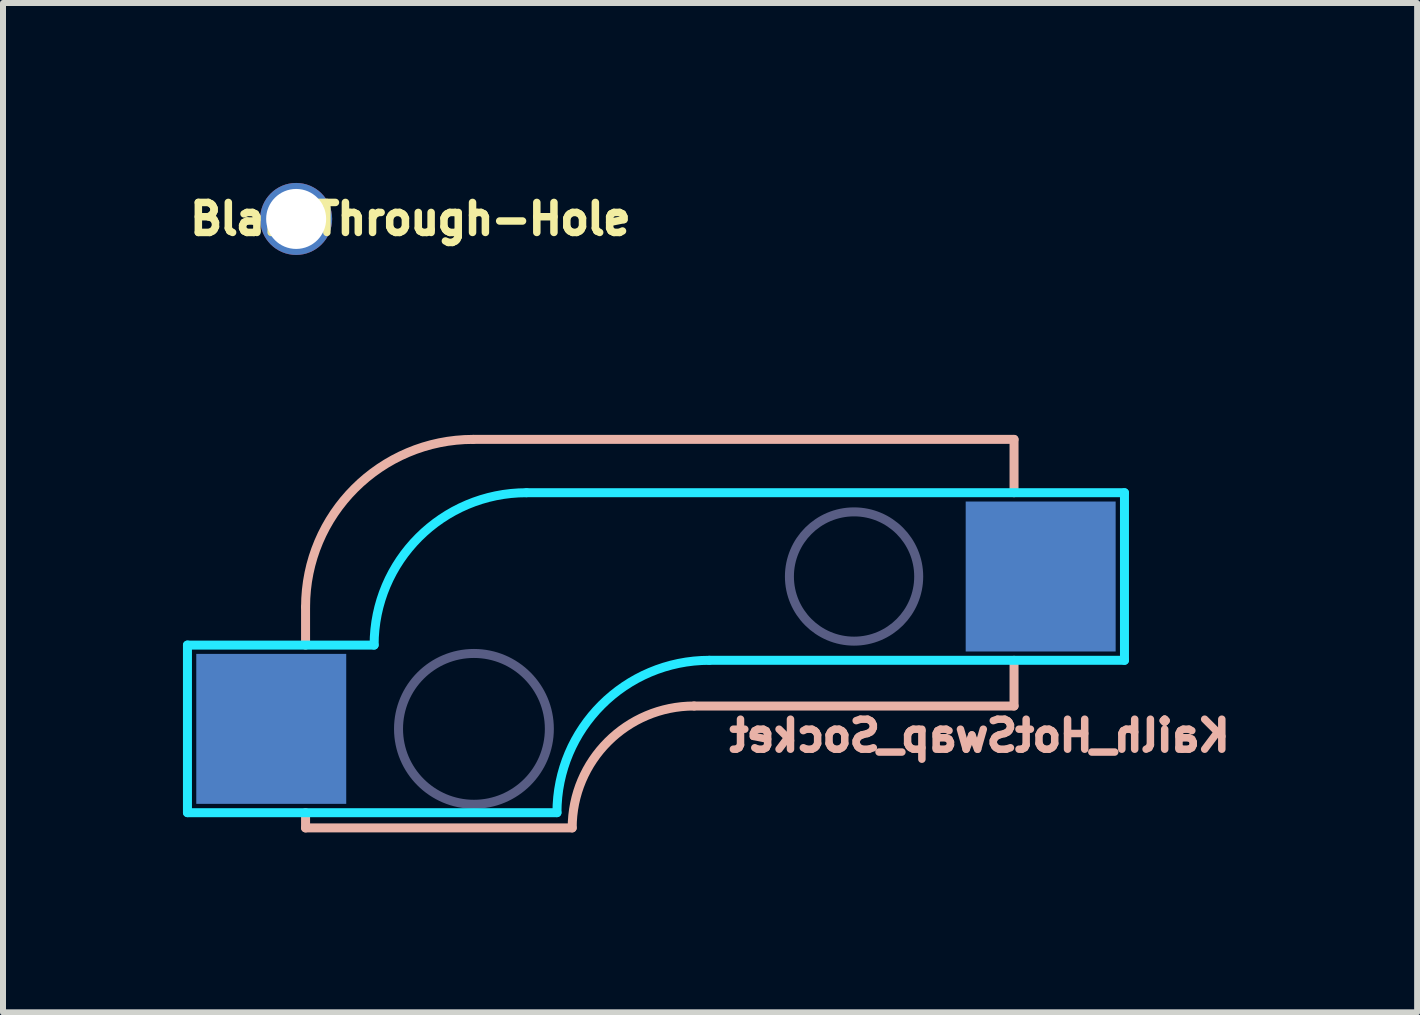
<source format=kicad_pcb>
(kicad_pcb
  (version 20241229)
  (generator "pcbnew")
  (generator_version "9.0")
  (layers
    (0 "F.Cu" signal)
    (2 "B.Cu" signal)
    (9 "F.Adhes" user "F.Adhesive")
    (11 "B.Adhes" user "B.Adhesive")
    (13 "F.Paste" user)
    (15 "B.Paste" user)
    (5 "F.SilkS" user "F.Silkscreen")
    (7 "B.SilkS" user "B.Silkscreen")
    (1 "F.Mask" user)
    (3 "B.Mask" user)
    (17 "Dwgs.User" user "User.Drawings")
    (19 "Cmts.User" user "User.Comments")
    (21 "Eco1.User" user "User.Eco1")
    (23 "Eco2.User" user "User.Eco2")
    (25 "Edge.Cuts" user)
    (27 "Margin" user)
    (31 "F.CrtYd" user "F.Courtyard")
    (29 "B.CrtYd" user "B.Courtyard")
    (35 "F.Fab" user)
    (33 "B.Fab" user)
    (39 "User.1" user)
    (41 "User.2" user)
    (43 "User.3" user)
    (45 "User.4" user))
  (footprint "BlankThrough-Hole"
    (layer "F.Cu")
    (at 1.887 0.6)
    (property "Reference" "BlankThrough-Hole" (at 1.905 0 0) (layer "F.SilkS") (effects (font (size 0.5 0.5) (thickness 0.125))))
    (attr through_hole)
    (pad "1" thru_hole circle (at 0 0) (size 1.2 1.2) (drill 1) (layers "*.Cu" "*.Mask")))
  (footprint "Kailh_HotSwap_Socket"
    (layer "F.Cu")
    (at 11.188 6.561)
    (property "Reference" "Kailh_HotSwap_Socket" (at 2.095 2.654 0) (layer "B.SilkS") (effects (font (size 0.5 0.5) (thickness 0.125)) (justify mirror)))
    (attr through_hole)
    (fp_line (start -9.144 0.508) (end -9.144 1.143) (stroke (width 0.15) (type solid)) (layer "B.SilkS"))
    (fp_line (start -9.144 3.937) (end -9.144 4.191) (stroke (width 0.15) (type solid)) (layer "B.SilkS"))
    (fp_line (start -9.144 4.191) (end -4.699 4.191) (stroke (width 0.15) (type solid)) (layer "B.SilkS"))
    (fp_line (start -2.667 2.159) (end 2.667 2.159) (stroke (width 0.15) (type solid)) (layer "B.SilkS"))
    (fp_line (start 2.667 -2.286) (end -6.35 -2.286) (stroke (width 0.15) (type solid)) (layer "B.SilkS"))
    (fp_line (start 2.667 -1.397) (end 2.667 -2.286) (stroke (width 0.15) (type solid)) (layer "B.SilkS"))
    (fp_line (start 2.667 2.159) (end 2.667 1.397) (stroke (width 0.15) (type solid)) (layer "B.SilkS"))
    (fp_arc (start -9.144 0.508) (mid -8.325656 -1.467656) (end -6.35 -2.286) (stroke (width 0.15) (type solid)) (layer "B.SilkS"))
    (fp_arc (start -4.699 4.191) (mid -4.103841 2.754159) (end -2.667 2.159) (stroke (width 0.15) (type solid)) (layer "B.SilkS"))
    (fp_line (start -11.113 1.143) (end -11.113 3.937) (stroke (width 0.15) (type solid)) (layer "B.CrtYd"))
    (fp_line (start -11.113 3.937) (end -4.953 3.937) (stroke (width 0.15) (type solid)) (layer "B.CrtYd"))
    (fp_line (start -8.001 1.143) (end -11.113 1.143) (stroke (width 0.15) (type solid)) (layer "B.CrtYd"))
    (fp_line (start -2.413 1.397) (end 4.508 1.397) (stroke (width 0.15) (type solid)) (layer "B.CrtYd"))
    (fp_line (start 4.508 -1.397) (end -5.461 -1.397) (stroke (width 0.15) (type solid)) (layer "B.CrtYd"))
    (fp_line (start 4.508 1.397) (end 4.508 -1.397) (stroke (width 0.15) (type solid)) (layer "B.CrtYd"))
    (fp_arc (start -8.001 1.143) (mid -7.257051 -0.653051) (end -5.461 -1.397) (stroke (width 0.15) (type solid)) (layer "B.CrtYd"))
    (fp_arc (start -4.953 3.937) (mid -4.209051 2.140949) (end -2.413 1.397) (stroke (width 0.15) (type solid)) (layer "B.CrtYd"))
    (fp_circle (center -6.337 2.54) (end -5.448 3.429) (stroke (width 0.15) (type solid)) (fill no) (layer "B.Fab"))
    (fp_circle (center 0 0) (end 0.762 0.762) (stroke (width 0.15) (type solid)) (fill no) (layer "B.Fab"))
    (pad "1" smd rect (at 3.111 0) (size 2.5 2.5) (layers "B.Cu" "B.Mask" "B.Paste"))
    (pad "2" smd rect (at -9.716 2.54) (size 2.5 2.5) (layers "B.Cu" "B.Mask" "B.Paste")))
  (gr_rect
    (start -3 -3)
    (end 20.575 13.827)
    (stroke (width 0.1) (type default))
    (fill no)
    (layer "Edge.Cuts")))
</source>
